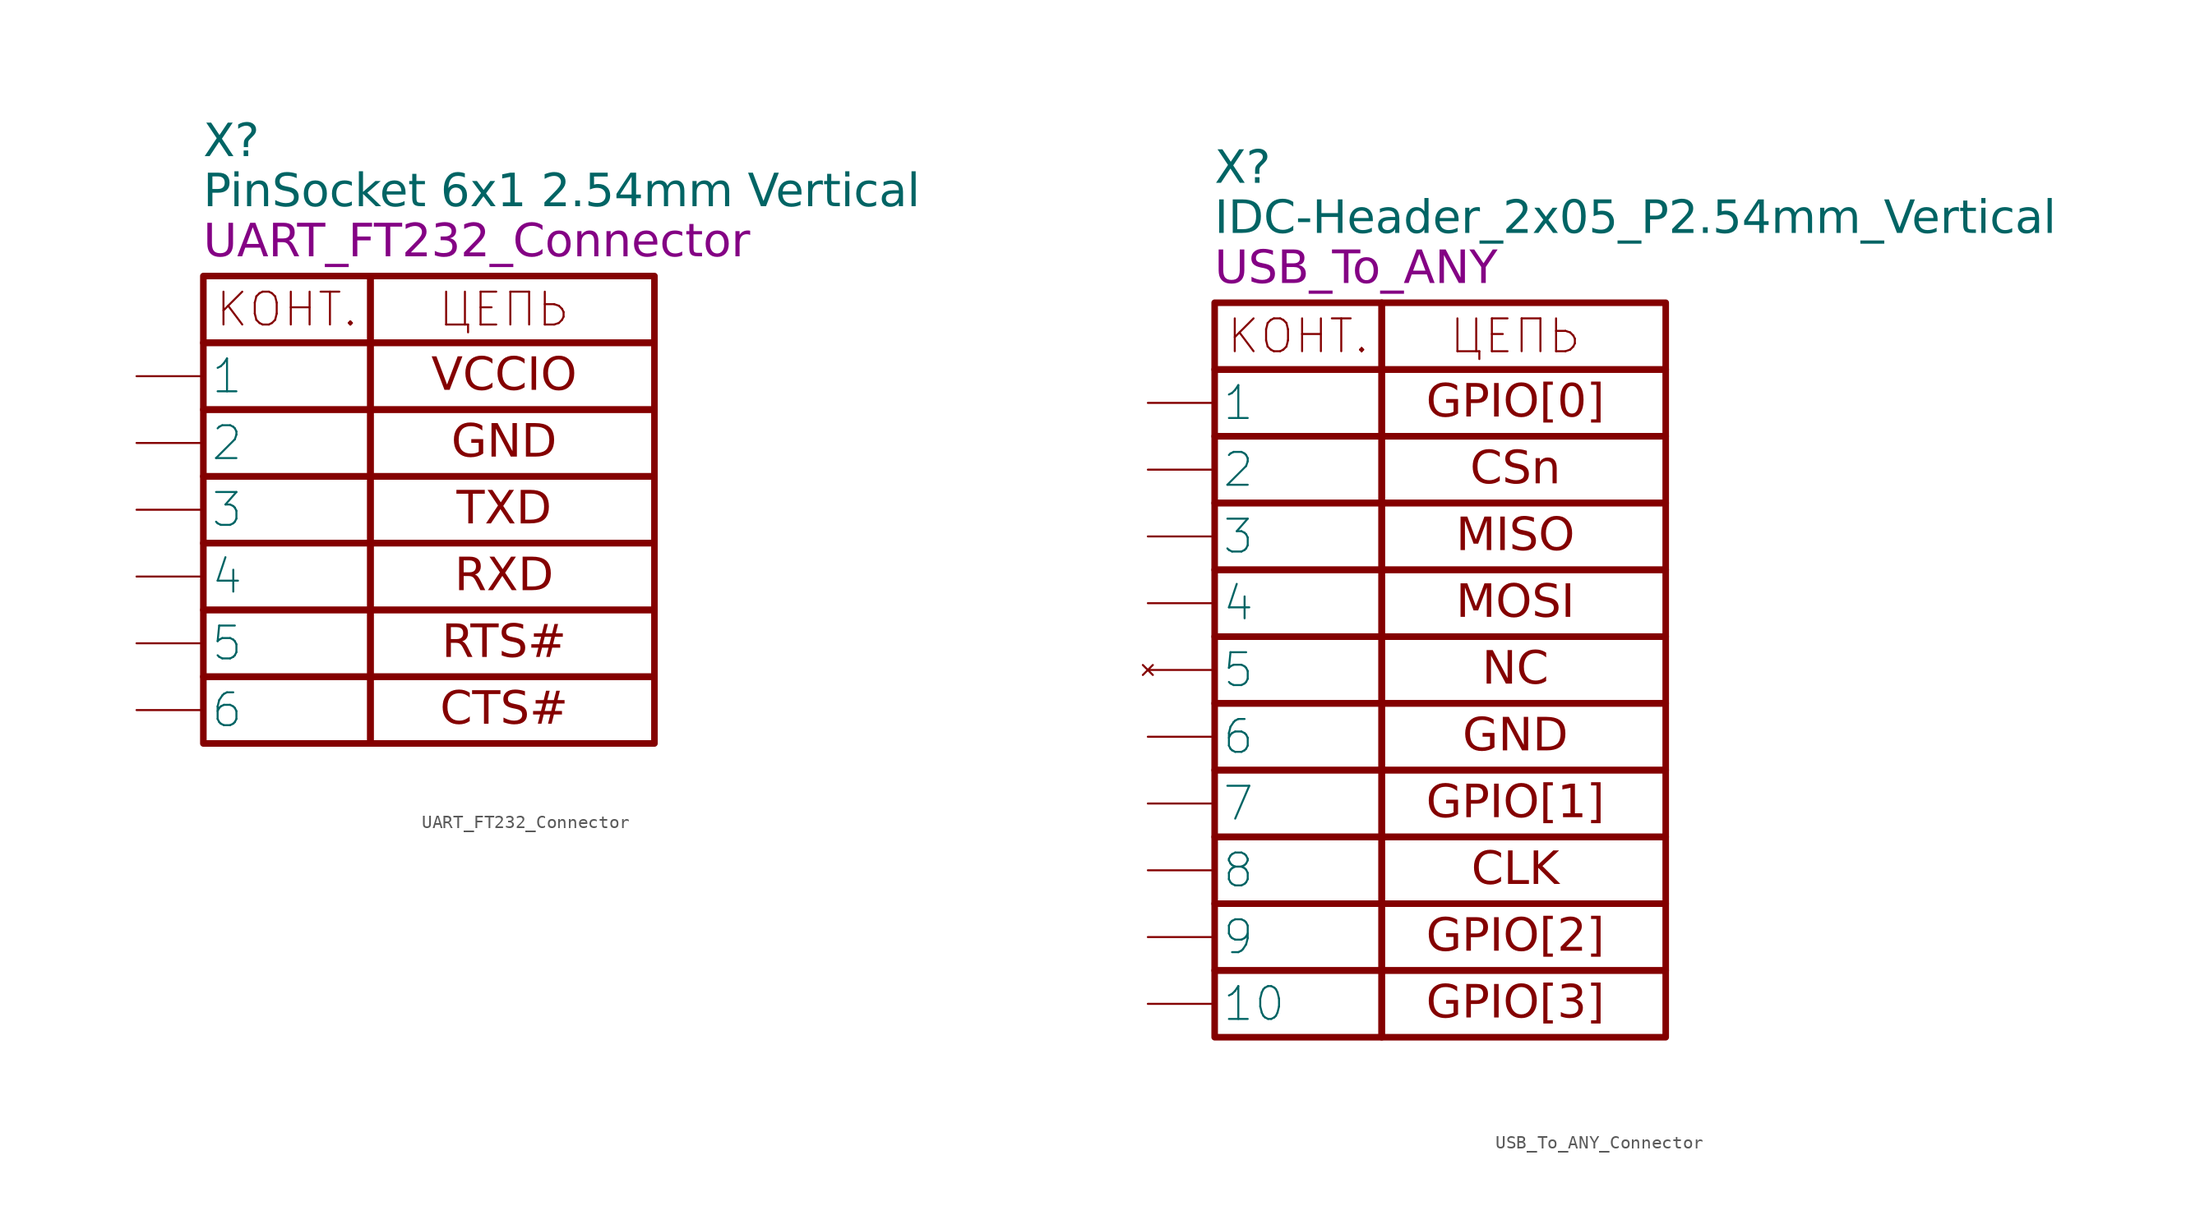
<source format=kicad_sym>
(kicad_symbol_lib
  (version 20241209)
  (generator "kicad_symbol_editor")
  (generator_version "9.0")
  (symbol "UART_FT232_Connector"
    (pin_numbers
      (hide yes))
    (property "Reference" "X"
      (at -12.7 10.16 0)
      (effects (font (face "GOST type A") (size 2.5 2.5) (italic yes)) (justify left)))
    (property "Value" "PinSocket 6x1 2.54mm Vertical"
      (at -12.7 6.35 0)
      (effects (font (face "GOST type A") (size 2.5 2.5) (italic yes)) (justify left)))
    (property "Name" "UART_FT232_Connector"
      (at -12.7 2.54 0)
      (effects (font (face "GOST type A") (size 2.5 2.5) (italic yes)) (justify left)))
    (symbol "UART_FT232_Connector_0_1"
      (rectangle (start -12.7 0) (end 0 -5.08) (stroke (width 0.5) (type default)) (fill (type none)))
      (rectangle (start -12.7 -5.08) (end 0 -10.16) (stroke (width 0.5) (type default)) (fill (type none)))
      (rectangle (start -12.7 -10.16) (end 0 -15.24) (stroke (width 0.5) (type default)) (fill (type none)))
      (rectangle (start -12.7 -15.24) (end 0 -20.32) (stroke (width 0.5) (type default)) (fill (type none)))
      (rectangle (start -12.7 -20.32) (end 0 -25.4) (stroke (width 0.5) (type default)) (fill (type none)))
      (rectangle (start -12.7 -25.4) (end 0 -30.48) (stroke (width 0.5) (type default)) (fill (type none)))
      (rectangle (start -12.7 -30.48) (end 0 -35.56) (stroke (width 0.5) (type default)) (fill (type none)))
      (rectangle (start 0 0) (end 21.59 -5.08) (stroke (width 0.5) (type default)) (fill (type none)))
      (text "КОНТ." (at -6.35 -2.54 0) (effects (font (size 2.5 2.5))))
      (text "ЦЕПЬ" (at 10.16 -2.54 0) (effects (font (size 2.5 2.5)))))
    (symbol "UART_FT232_Connector_1_1"
      (rectangle (start 0 -10.16) (end 21.59 -5.08) (stroke (width 0.5) (type default)) (fill (type none)))
      (rectangle (start 0 -15.24) (end 21.59 -10.16) (stroke (width 0.5) (type default)) (fill (type none)))
      (rectangle (start 0 -15.24) (end 21.59 -20.32) (stroke (width 0.5) (type default)) (fill (type none)))
      (rectangle (start 0 -25.4) (end 21.59 -20.32) (stroke (width 0.5) (type default)) (fill (type none)))
      (rectangle (start 0 -30.48) (end 21.59 -25.4) (stroke (width 0.5) (type default)) (fill (type none)))
      (rectangle (start 0 -35.56) (end 21.59 -30.48) (stroke (width 0.5) (type default)) (fill (type none)))
      (text "VCCIO" (at 10.16 -7.62 0) (effects (font (face "GOST type A") (size 2.5 2.5))))
      (text "GND\n" (at 10.16 -12.7 0) (effects (font (face "GOST type A") (size 2.5 2.5))))
      (text "TXD" (at 10.16 -17.78 0) (effects (font (face "GOST type A") (size 2.5 2.5))))
      (text "RXD" (at 10.16 -22.86 0) (effects (font (face "GOST type A") (size 2.5 2.5))))
      (text "RTS#" (at 10.16 -27.94 0) (effects (font (face "GOST type A") (size 2.5 2.5))))
      (text "CTS#" (at 10.16 -33.02 0) (effects (font (face "GOST type A") (size 2.5 2.5))))
      (pin power_in line (at -17.78 -7.62 0) (length 5.08) (name "1" (effects (font (size 2.5 2.5)))) (number "1" (effects (font (size 2.5 2.5)))))
      (pin power_in line (at -17.78 -12.7 0) (length 5.08) (name "2" (effects (font (size 2.5 2.5)))) (number "2" (effects (font (size 2.5 2.5)))))
      (pin output line (at -17.78 -17.78 0) (length 5.08) (name "3" (effects (font (size 2.5 2.5)))) (number "3" (effects (font (size 2.5 2.5)))))
      (pin input line (at -17.78 -22.86 0) (length 5.08) (name "4" (effects (font (size 2.5 2.5)))) (number "4" (effects (font (size 2.5 2.5)))))
      (pin output line (at -17.78 -27.94 0) (length 5.08) (name "5" (effects (font (size 2.5 2.5)))) (number "5" (effects (font (size 2.5 2.5)))))
      (pin input line (at -17.78 -33.02 0) (length 5.08) (name "6" (effects (font (size 2.5 2.5)))) (number "6" (effects (font (size 2.5 2.5)))))))
  (symbol "USB_To_ANY_Connector"
    (pin_numbers
      (hide yes))
    (property "Reference" "X"
      (at -12.7 10.16 0)
      (effects (font (face "GOST type A") (size 2.5 2.5) (italic yes)) (justify left)))
    (property "Value" "IDC-Header_2x05_P2.54mm_Vertical"
      (at -12.7 6.35 0)
      (effects (font (face "GOST type A") (size 2.5 2.5) (italic yes)) (justify left)))
    (property "Name" "USB_To_ANY"
      (at -12.7 2.54 0)
      (effects (font (face "GOST type A") (size 2.5 2.5) (italic yes)) (justify left)))
    (symbol "USB_To_ANY_Connector_0_1"
      (rectangle (start -12.7 0) (end 0 -5.08) (stroke (width 0.5) (type default)) (fill (type none)))
      (rectangle (start -12.7 -5.08) (end 0 -10.16) (stroke (width 0.5) (type default)) (fill (type none)))
      (rectangle (start -12.7 -10.16) (end 0 -15.24) (stroke (width 0.5) (type default)) (fill (type none)))
      (rectangle (start -12.7 -15.24) (end 0 -20.32) (stroke (width 0.5) (type default)) (fill (type none)))
      (rectangle (start -12.7 -20.32) (end 0 -25.4) (stroke (width 0.5) (type default)) (fill (type none)))
      (rectangle (start -12.7 -25.4) (end 0 -30.48) (stroke (width 0.5) (type default)) (fill (type none)))
      (rectangle (start -12.7 -30.48) (end 0 -35.56) (stroke (width 0.5) (type default)) (fill (type none)))
      (rectangle (start -12.7 -35.56) (end 0 -40.64) (stroke (width 0.5) (type default)) (fill (type none)))
      (rectangle (start -12.7 -40.64) (end 0 -45.72) (stroke (width 0.5) (type default)) (fill (type none)))
      (rectangle (start -12.7 -45.72) (end 0 -50.8) (stroke (width 0.5) (type default)) (fill (type none)))
      (rectangle (start -12.7 -50.8) (end 0 -55.88) (stroke (width 0.5) (type default)) (fill (type none)))
      (rectangle (start 0 0) (end 21.59 -5.08) (stroke (width 0.5) (type default)) (fill (type none)))
      (text "КОНТ." (at -6.35 -2.54 0) (effects (font (size 2.5 2.5))))
      (text "ЦЕПЬ" (at 10.16 -2.54 0) (effects (font (size 2.5 2.5)))))
    (symbol "USB_To_ANY_Connector_1_1"
      (rectangle (start 0 -10.16) (end 21.59 -5.08) (stroke (width 0.5) (type default)) (fill (type none)))
      (rectangle (start 0 -15.24) (end 21.59 -10.16) (stroke (width 0.5) (type default)) (fill (type none)))
      (rectangle (start 0 -15.24) (end 21.59 -20.32) (stroke (width 0.5) (type default)) (fill (type none)))
      (rectangle (start 0 -25.4) (end 21.59 -20.32) (stroke (width 0.5) (type default)) (fill (type none)))
      (rectangle (start 0 -30.48) (end 21.59 -25.4) (stroke (width 0.5) (type default)) (fill (type none)))
      (rectangle (start 0 -35.56) (end 21.59 -30.48) (stroke (width 0.5) (type default)) (fill (type none)))
      (rectangle (start 0 -35.56) (end 21.59 -40.64) (stroke (width 0.5) (type default)) (fill (type none)))
      (rectangle (start 0 -45.72) (end 21.59 -40.64) (stroke (width 0.5) (type default)) (fill (type none)))
      (rectangle (start 0 -50.8) (end 21.59 -45.72) (stroke (width 0.5) (type default)) (fill (type none)))
      (rectangle (start 0 -55.88) (end 21.59 -50.8) (stroke (width 0.5) (type default)) (fill (type none)))
      (text "GPIO[0]" (at 10.16 -7.62 0) (effects (font (face "GOST type A") (size 2.5 2.5))))
      (text "CSn" (at 10.16 -12.7 0) (effects (font (face "GOST type A") (size 2.5 2.5))))
      (text "MISO" (at 10.16 -17.78 0) (effects (font (face "GOST type A") (size 2.5 2.5))))
      (text "MOSI" (at 10.16 -22.86 0) (effects (font (face "GOST type A") (size 2.5 2.5))))
      (text "NC" (at 10.16 -27.94 0) (effects (font (face "GOST type A") (size 2.5 2.5))))
      (text "GND" (at 10.16 -33.02 0) (effects (font (face "GOST type A") (size 2.5 2.5))))
      (text "GPIO[1]" (at 10.16 -38.1 0) (effects (font (face "GOST type A") (size 2.5 2.5))))
      (text "CLK" (at 10.16 -43.18 0) (effects (font (face "GOST type A") (size 2.5 2.5))))
      (text "GPIO[2]" (at 10.16 -48.26 0) (effects (font (face "GOST type A") (size 2.5 2.5))))
      (text "GPIO[3]" (at 10.16 -53.34 0) (effects (font (face "GOST type A") (size 2.5 2.5))))
      (pin bidirectional line (at -17.78 -7.62 0) (length 5.08) (name "1" (effects (font (size 2.5 2.5)))) (number "1" (effects (font (size 2.5 2.5)))))
      (pin output line (at -17.78 -12.7 0) (length 5.08) (name "2" (effects (font (size 2.5 2.5)))) (number "2" (effects (font (size 2.5 2.5)))))
      (pin input line (at -17.78 -17.78 0) (length 5.08) (name "3" (effects (font (size 2.5 2.5)))) (number "3" (effects (font (size 2.5 2.5)))))
      (pin output line (at -17.78 -22.86 0) (length 5.08) (name "4" (effects (font (size 2.5 2.5)))) (number "4" (effects (font (size 2.5 2.5)))))
      (pin no_connect line (at -17.78 -27.94 0) (length 5.08) (name "5" (effects (font (size 2.5 2.5)))) (number "5" (effects (font (size 2.5 2.5)))))
      (pin power_in line (at -17.78 -33.02 0) (length 5.08) (name "6" (effects (font (size 2.5 2.5)))) (number "6" (effects (font (size 2.5 2.5)))))
      (pin bidirectional line (at -17.78 -38.1 0) (length 5.08) (name "7" (effects (font (size 2.5 2.5)))) (number "7" (effects (font (size 2.5 2.5)))))
      (pin output line (at -17.78 -43.18 0) (length 5.08) (name "8" (effects (font (size 2.5 2.5)))) (number "8" (effects (font (size 2.5 2.5)))))
      (pin bidirectional line (at -17.78 -48.26 0) (length 5.08) (name "9" (effects (font (size 2.5 2.5)))) (number "9" (effects (font (size 2.5 2.5)))))
      (pin bidirectional line (at -17.78 -53.34 0) (length 5.08) (name "10" (effects (font (size 2.5 2.5)))) (number "10" (effects (font (size 2.5 2.5))))))))
</source>
